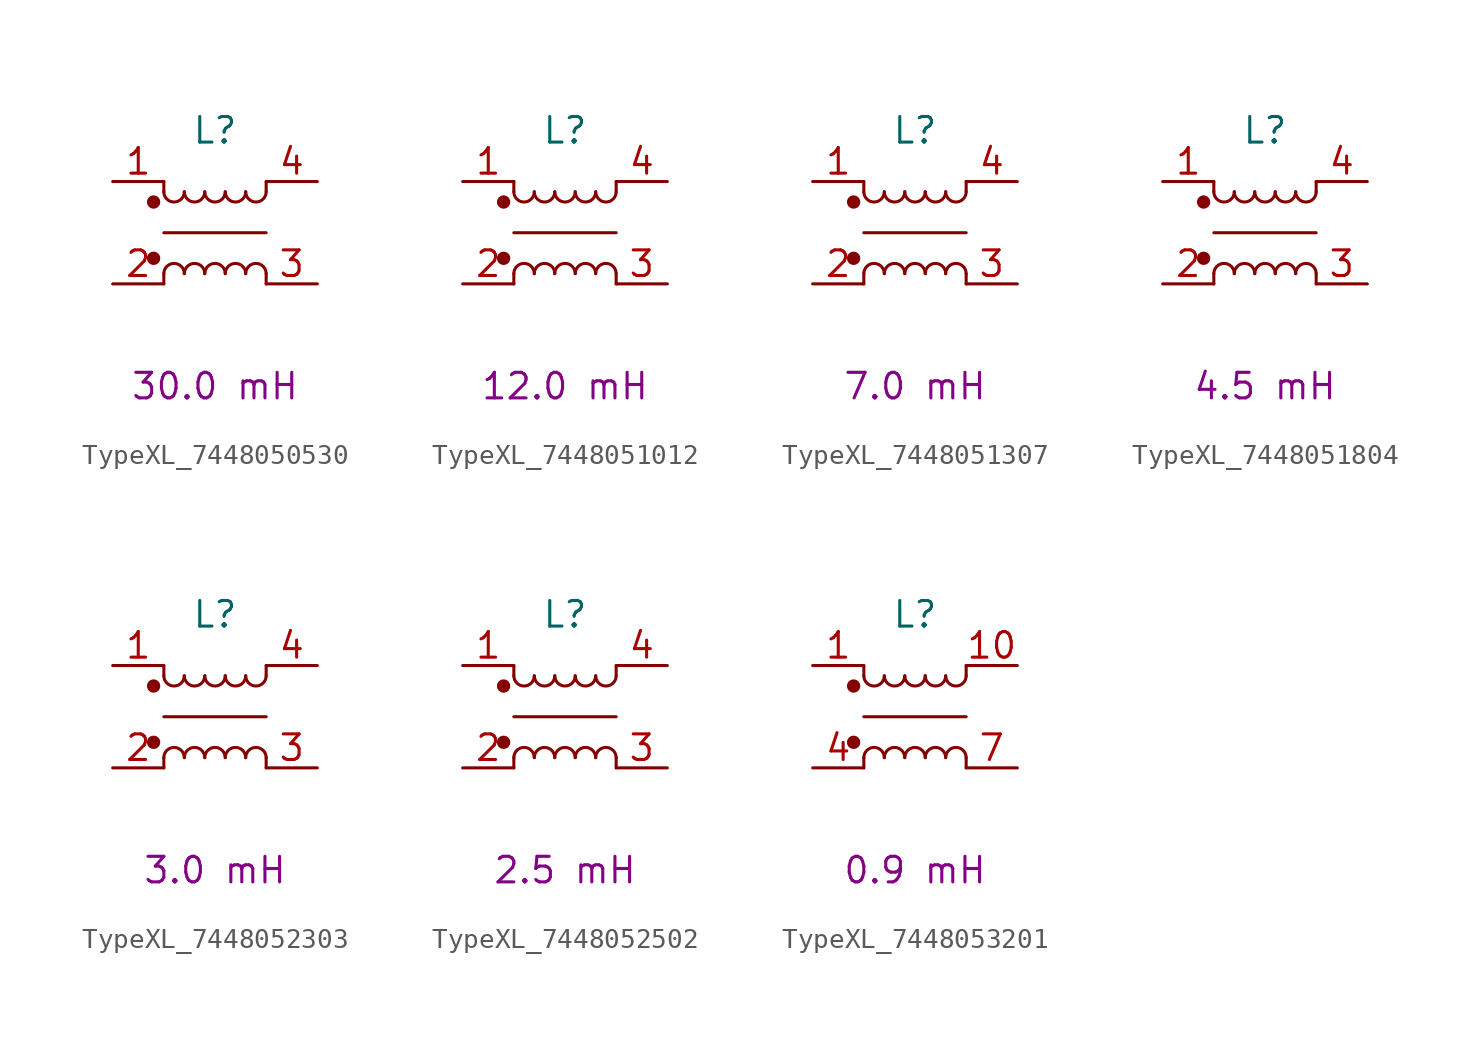
<source format=kicad_sym>
(kicad_symbol_lib
  (version 20220914)
  (generator kicad_symbol_editor)
  (symbol "TypeXL_7448050530"
    (pin_names hide)
    (property "Reference" "L"
      (at 0 5.08 0)
      (effects (font (size 1.27 1.27))))
    (property "Critical Parameter" "30.0 mH"
      (at 0 -7.62 0)
      (effects (font (size 1.27 1.27))))
    (symbol "TypeXL_7448050530_0_1"
      (circle (center -3.048 -1.27) (radius 0.254) (stroke (width 0) (type default)) (fill (type outline)))
      (circle (center -3.048 1.524) (radius 0.254) (stroke (width 0) (type default)) (fill (type outline)))
      (arc (start -2.54 2.032) (mid -2.032 1.5262) (end -1.524 2.032) (stroke (width 0) (type default)) (fill (type none)))
      (arc (start -1.524 -2.032) (mid -2.032 -1.5262) (end -2.54 -2.032) (stroke (width 0) (type default)) (fill (type none)))
      (arc (start -1.524 2.032) (mid -1.016 1.5262) (end -0.508 2.032) (stroke (width 0) (type default)) (fill (type none)))
      (arc (start -0.508 -2.032) (mid -1.016 -1.5262) (end -1.524 -2.032) (stroke (width 0) (type default)) (fill (type none)))
      (arc (start -0.508 2.032) (mid 0 1.5262) (end 0.508 2.032) (stroke (width 0) (type default)) (fill (type none)))
      (polyline (pts (xy -2.54 -2.032) (xy -2.54 -2.54)) (stroke (width 0) (type default)) (fill (type none)))
      (polyline (pts (xy -2.54 2.032) (xy -2.54 2.54)) (stroke (width 0) (type default)) (fill (type none)))
      (polyline (pts (xy 2.54 -2.032) (xy 2.54 -2.54)) (stroke (width 0) (type default)) (fill (type none)))
      (polyline (pts (xy 2.54 0) (xy -2.54 0)) (stroke (width 0) (type default)) (fill (type none)))
      (polyline (pts (xy 2.54 2.54) (xy 2.54 2.032)) (stroke (width 0) (type default)) (fill (type none)))
      (arc (start 0.508 -2.032) (mid 0 -1.5262) (end -0.508 -2.032) (stroke (width 0) (type default)) (fill (type none)))
      (arc (start 0.508 2.032) (mid 1.016 1.5262) (end 1.524 2.032) (stroke (width 0) (type default)) (fill (type none)))
      (arc (start 1.524 -2.032) (mid 1.016 -1.5262) (end 0.508 -2.032) (stroke (width 0) (type default)) (fill (type none)))
      (arc (start 1.524 2.032) (mid 2.032 1.5262) (end 2.54 2.032) (stroke (width 0) (type default)) (fill (type none)))
      (arc (start 2.54 -2.032) (mid 2.032 -1.5262) (end 1.524 -2.032) (stroke (width 0) (type default)) (fill (type none))))
    (symbol "TypeXL_7448050530_1_1"
      (pin passive line (at -5.08 2.54 0) (length 2.54) (name "1" (effects (font (size 1.27 1.27)))) (number "1" (effects (font (size 1.27 1.27)))))
      (pin passive line (at -5.08 -2.54 0) (length 2.54) (name "2" (effects (font (size 1.27 1.27)))) (number "2" (effects (font (size 1.27 1.27)))))
      (pin passive line (at 5.08 -2.54 180) (length 2.54) (name "3" (effects (font (size 1.27 1.27)))) (number "3" (effects (font (size 1.27 1.27)))))
      (pin passive line (at 5.08 2.54 180) (length 2.54) (name "4" (effects (font (size 1.27 1.27)))) (number "4" (effects (font (size 1.27 1.27)))))))
  (symbol "TypeXL_7448051012"
    (pin_names hide)
    (property "Reference" "L"
      (at 0 5.08 0)
      (effects (font (size 1.27 1.27))))
    (property "Critical Parameter" "12.0 mH"
      (at 0 -7.62 0)
      (effects (font (size 1.27 1.27))))
    (symbol "TypeXL_7448051012_0_1"
      (circle (center -3.048 -1.27) (radius 0.254) (stroke (width 0) (type default)) (fill (type outline)))
      (circle (center -3.048 1.524) (radius 0.254) (stroke (width 0) (type default)) (fill (type outline)))
      (arc (start -2.54 2.032) (mid -2.032 1.5262) (end -1.524 2.032) (stroke (width 0) (type default)) (fill (type none)))
      (arc (start -1.524 -2.032) (mid -2.032 -1.5262) (end -2.54 -2.032) (stroke (width 0) (type default)) (fill (type none)))
      (arc (start -1.524 2.032) (mid -1.016 1.5262) (end -0.508 2.032) (stroke (width 0) (type default)) (fill (type none)))
      (arc (start -0.508 -2.032) (mid -1.016 -1.5262) (end -1.524 -2.032) (stroke (width 0) (type default)) (fill (type none)))
      (arc (start -0.508 2.032) (mid 0 1.5262) (end 0.508 2.032) (stroke (width 0) (type default)) (fill (type none)))
      (polyline (pts (xy -2.54 -2.032) (xy -2.54 -2.54)) (stroke (width 0) (type default)) (fill (type none)))
      (polyline (pts (xy -2.54 2.032) (xy -2.54 2.54)) (stroke (width 0) (type default)) (fill (type none)))
      (polyline (pts (xy 2.54 -2.032) (xy 2.54 -2.54)) (stroke (width 0) (type default)) (fill (type none)))
      (polyline (pts (xy 2.54 0) (xy -2.54 0)) (stroke (width 0) (type default)) (fill (type none)))
      (polyline (pts (xy 2.54 2.54) (xy 2.54 2.032)) (stroke (width 0) (type default)) (fill (type none)))
      (arc (start 0.508 -2.032) (mid 0 -1.5262) (end -0.508 -2.032) (stroke (width 0) (type default)) (fill (type none)))
      (arc (start 0.508 2.032) (mid 1.016 1.5262) (end 1.524 2.032) (stroke (width 0) (type default)) (fill (type none)))
      (arc (start 1.524 -2.032) (mid 1.016 -1.5262) (end 0.508 -2.032) (stroke (width 0) (type default)) (fill (type none)))
      (arc (start 1.524 2.032) (mid 2.032 1.5262) (end 2.54 2.032) (stroke (width 0) (type default)) (fill (type none)))
      (arc (start 2.54 -2.032) (mid 2.032 -1.5262) (end 1.524 -2.032) (stroke (width 0) (type default)) (fill (type none))))
    (symbol "TypeXL_7448051012_1_1"
      (pin passive line (at -5.08 2.54 0) (length 2.54) (name "1" (effects (font (size 1.27 1.27)))) (number "1" (effects (font (size 1.27 1.27)))))
      (pin passive line (at -5.08 -2.54 0) (length 2.54) (name "2" (effects (font (size 1.27 1.27)))) (number "2" (effects (font (size 1.27 1.27)))))
      (pin passive line (at 5.08 -2.54 180) (length 2.54) (name "3" (effects (font (size 1.27 1.27)))) (number "3" (effects (font (size 1.27 1.27)))))
      (pin passive line (at 5.08 2.54 180) (length 2.54) (name "4" (effects (font (size 1.27 1.27)))) (number "4" (effects (font (size 1.27 1.27)))))))
  (symbol "TypeXL_7448051307"
    (pin_names hide)
    (property "Reference" "L"
      (at 0 5.08 0)
      (effects (font (size 1.27 1.27))))
    (property "Critical Parameter" "7.0 mH"
      (at 0 -7.62 0)
      (effects (font (size 1.27 1.27))))
    (symbol "TypeXL_7448051307_0_1"
      (circle (center -3.048 -1.27) (radius 0.254) (stroke (width 0) (type default)) (fill (type outline)))
      (circle (center -3.048 1.524) (radius 0.254) (stroke (width 0) (type default)) (fill (type outline)))
      (arc (start -2.54 2.032) (mid -2.032 1.5262) (end -1.524 2.032) (stroke (width 0) (type default)) (fill (type none)))
      (arc (start -1.524 -2.032) (mid -2.032 -1.5262) (end -2.54 -2.032) (stroke (width 0) (type default)) (fill (type none)))
      (arc (start -1.524 2.032) (mid -1.016 1.5262) (end -0.508 2.032) (stroke (width 0) (type default)) (fill (type none)))
      (arc (start -0.508 -2.032) (mid -1.016 -1.5262) (end -1.524 -2.032) (stroke (width 0) (type default)) (fill (type none)))
      (arc (start -0.508 2.032) (mid 0 1.5262) (end 0.508 2.032) (stroke (width 0) (type default)) (fill (type none)))
      (polyline (pts (xy -2.54 -2.032) (xy -2.54 -2.54)) (stroke (width 0) (type default)) (fill (type none)))
      (polyline (pts (xy -2.54 2.032) (xy -2.54 2.54)) (stroke (width 0) (type default)) (fill (type none)))
      (polyline (pts (xy 2.54 -2.032) (xy 2.54 -2.54)) (stroke (width 0) (type default)) (fill (type none)))
      (polyline (pts (xy 2.54 0) (xy -2.54 0)) (stroke (width 0) (type default)) (fill (type none)))
      (polyline (pts (xy 2.54 2.54) (xy 2.54 2.032)) (stroke (width 0) (type default)) (fill (type none)))
      (arc (start 0.508 -2.032) (mid 0 -1.5262) (end -0.508 -2.032) (stroke (width 0) (type default)) (fill (type none)))
      (arc (start 0.508 2.032) (mid 1.016 1.5262) (end 1.524 2.032) (stroke (width 0) (type default)) (fill (type none)))
      (arc (start 1.524 -2.032) (mid 1.016 -1.5262) (end 0.508 -2.032) (stroke (width 0) (type default)) (fill (type none)))
      (arc (start 1.524 2.032) (mid 2.032 1.5262) (end 2.54 2.032) (stroke (width 0) (type default)) (fill (type none)))
      (arc (start 2.54 -2.032) (mid 2.032 -1.5262) (end 1.524 -2.032) (stroke (width 0) (type default)) (fill (type none))))
    (symbol "TypeXL_7448051307_1_1"
      (pin passive line (at -5.08 2.54 0) (length 2.54) (name "1" (effects (font (size 1.27 1.27)))) (number "1" (effects (font (size 1.27 1.27)))))
      (pin passive line (at -5.08 -2.54 0) (length 2.54) (name "2" (effects (font (size 1.27 1.27)))) (number "2" (effects (font (size 1.27 1.27)))))
      (pin passive line (at 5.08 -2.54 180) (length 2.54) (name "3" (effects (font (size 1.27 1.27)))) (number "3" (effects (font (size 1.27 1.27)))))
      (pin passive line (at 5.08 2.54 180) (length 2.54) (name "4" (effects (font (size 1.27 1.27)))) (number "4" (effects (font (size 1.27 1.27)))))))
  (symbol "TypeXL_7448051804"
    (pin_names hide)
    (property "Reference" "L"
      (at 0 5.08 0)
      (effects (font (size 1.27 1.27))))
    (property "Critical Parameter" "4.5 mH"
      (at 0 -7.62 0)
      (effects (font (size 1.27 1.27))))
    (symbol "TypeXL_7448051804_0_1"
      (circle (center -3.048 -1.27) (radius 0.254) (stroke (width 0) (type default)) (fill (type outline)))
      (circle (center -3.048 1.524) (radius 0.254) (stroke (width 0) (type default)) (fill (type outline)))
      (arc (start -2.54 2.032) (mid -2.032 1.5262) (end -1.524 2.032) (stroke (width 0) (type default)) (fill (type none)))
      (arc (start -1.524 -2.032) (mid -2.032 -1.5262) (end -2.54 -2.032) (stroke (width 0) (type default)) (fill (type none)))
      (arc (start -1.524 2.032) (mid -1.016 1.5262) (end -0.508 2.032) (stroke (width 0) (type default)) (fill (type none)))
      (arc (start -0.508 -2.032) (mid -1.016 -1.5262) (end -1.524 -2.032) (stroke (width 0) (type default)) (fill (type none)))
      (arc (start -0.508 2.032) (mid 0 1.5262) (end 0.508 2.032) (stroke (width 0) (type default)) (fill (type none)))
      (polyline (pts (xy -2.54 -2.032) (xy -2.54 -2.54)) (stroke (width 0) (type default)) (fill (type none)))
      (polyline (pts (xy -2.54 2.032) (xy -2.54 2.54)) (stroke (width 0) (type default)) (fill (type none)))
      (polyline (pts (xy 2.54 -2.032) (xy 2.54 -2.54)) (stroke (width 0) (type default)) (fill (type none)))
      (polyline (pts (xy 2.54 0) (xy -2.54 0)) (stroke (width 0) (type default)) (fill (type none)))
      (polyline (pts (xy 2.54 2.54) (xy 2.54 2.032)) (stroke (width 0) (type default)) (fill (type none)))
      (arc (start 0.508 -2.032) (mid 0 -1.5262) (end -0.508 -2.032) (stroke (width 0) (type default)) (fill (type none)))
      (arc (start 0.508 2.032) (mid 1.016 1.5262) (end 1.524 2.032) (stroke (width 0) (type default)) (fill (type none)))
      (arc (start 1.524 -2.032) (mid 1.016 -1.5262) (end 0.508 -2.032) (stroke (width 0) (type default)) (fill (type none)))
      (arc (start 1.524 2.032) (mid 2.032 1.5262) (end 2.54 2.032) (stroke (width 0) (type default)) (fill (type none)))
      (arc (start 2.54 -2.032) (mid 2.032 -1.5262) (end 1.524 -2.032) (stroke (width 0) (type default)) (fill (type none))))
    (symbol "TypeXL_7448051804_1_1"
      (pin passive line (at -5.08 2.54 0) (length 2.54) (name "1" (effects (font (size 1.27 1.27)))) (number "1" (effects (font (size 1.27 1.27)))))
      (pin passive line (at -5.08 -2.54 0) (length 2.54) (name "2" (effects (font (size 1.27 1.27)))) (number "2" (effects (font (size 1.27 1.27)))))
      (pin passive line (at 5.08 -2.54 180) (length 2.54) (name "3" (effects (font (size 1.27 1.27)))) (number "3" (effects (font (size 1.27 1.27)))))
      (pin passive line (at 5.08 2.54 180) (length 2.54) (name "4" (effects (font (size 1.27 1.27)))) (number "4" (effects (font (size 1.27 1.27)))))))
  (symbol "TypeXL_7448052303"
    (pin_names hide)
    (property "Reference" "L"
      (at 0 5.08 0)
      (effects (font (size 1.27 1.27))))
    (property "Critical Parameter" "3.0 mH"
      (at 0 -7.62 0)
      (effects (font (size 1.27 1.27))))
    (symbol "TypeXL_7448052303_0_1"
      (circle (center -3.048 -1.27) (radius 0.254) (stroke (width 0) (type default)) (fill (type outline)))
      (circle (center -3.048 1.524) (radius 0.254) (stroke (width 0) (type default)) (fill (type outline)))
      (arc (start -2.54 2.032) (mid -2.032 1.5262) (end -1.524 2.032) (stroke (width 0) (type default)) (fill (type none)))
      (arc (start -1.524 -2.032) (mid -2.032 -1.5262) (end -2.54 -2.032) (stroke (width 0) (type default)) (fill (type none)))
      (arc (start -1.524 2.032) (mid -1.016 1.5262) (end -0.508 2.032) (stroke (width 0) (type default)) (fill (type none)))
      (arc (start -0.508 -2.032) (mid -1.016 -1.5262) (end -1.524 -2.032) (stroke (width 0) (type default)) (fill (type none)))
      (arc (start -0.508 2.032) (mid 0 1.5262) (end 0.508 2.032) (stroke (width 0) (type default)) (fill (type none)))
      (polyline (pts (xy -2.54 -2.032) (xy -2.54 -2.54)) (stroke (width 0) (type default)) (fill (type none)))
      (polyline (pts (xy -2.54 2.032) (xy -2.54 2.54)) (stroke (width 0) (type default)) (fill (type none)))
      (polyline (pts (xy 2.54 -2.032) (xy 2.54 -2.54)) (stroke (width 0) (type default)) (fill (type none)))
      (polyline (pts (xy 2.54 0) (xy -2.54 0)) (stroke (width 0) (type default)) (fill (type none)))
      (polyline (pts (xy 2.54 2.54) (xy 2.54 2.032)) (stroke (width 0) (type default)) (fill (type none)))
      (arc (start 0.508 -2.032) (mid 0 -1.5262) (end -0.508 -2.032) (stroke (width 0) (type default)) (fill (type none)))
      (arc (start 0.508 2.032) (mid 1.016 1.5262) (end 1.524 2.032) (stroke (width 0) (type default)) (fill (type none)))
      (arc (start 1.524 -2.032) (mid 1.016 -1.5262) (end 0.508 -2.032) (stroke (width 0) (type default)) (fill (type none)))
      (arc (start 1.524 2.032) (mid 2.032 1.5262) (end 2.54 2.032) (stroke (width 0) (type default)) (fill (type none)))
      (arc (start 2.54 -2.032) (mid 2.032 -1.5262) (end 1.524 -2.032) (stroke (width 0) (type default)) (fill (type none))))
    (symbol "TypeXL_7448052303_1_1"
      (pin passive line (at -5.08 2.54 0) (length 2.54) (name "1" (effects (font (size 1.27 1.27)))) (number "1" (effects (font (size 1.27 1.27)))))
      (pin passive line (at -5.08 -2.54 0) (length 2.54) (name "2" (effects (font (size 1.27 1.27)))) (number "2" (effects (font (size 1.27 1.27)))))
      (pin passive line (at 5.08 -2.54 180) (length 2.54) (name "3" (effects (font (size 1.27 1.27)))) (number "3" (effects (font (size 1.27 1.27)))))
      (pin passive line (at 5.08 2.54 180) (length 2.54) (name "4" (effects (font (size 1.27 1.27)))) (number "4" (effects (font (size 1.27 1.27)))))))
  (symbol "TypeXL_7448052502"
    (pin_names hide)
    (property "Reference" "L"
      (at 0 5.08 0)
      (effects (font (size 1.27 1.27))))
    (property "Critical Parameter" "2.5 mH"
      (at 0 -7.62 0)
      (effects (font (size 1.27 1.27))))
    (symbol "TypeXL_7448052502_0_1"
      (circle (center -3.048 -1.27) (radius 0.254) (stroke (width 0) (type default)) (fill (type outline)))
      (circle (center -3.048 1.524) (radius 0.254) (stroke (width 0) (type default)) (fill (type outline)))
      (arc (start -2.54 2.032) (mid -2.032 1.5262) (end -1.524 2.032) (stroke (width 0) (type default)) (fill (type none)))
      (arc (start -1.524 -2.032) (mid -2.032 -1.5262) (end -2.54 -2.032) (stroke (width 0) (type default)) (fill (type none)))
      (arc (start -1.524 2.032) (mid -1.016 1.5262) (end -0.508 2.032) (stroke (width 0) (type default)) (fill (type none)))
      (arc (start -0.508 -2.032) (mid -1.016 -1.5262) (end -1.524 -2.032) (stroke (width 0) (type default)) (fill (type none)))
      (arc (start -0.508 2.032) (mid 0 1.5262) (end 0.508 2.032) (stroke (width 0) (type default)) (fill (type none)))
      (polyline (pts (xy -2.54 -2.032) (xy -2.54 -2.54)) (stroke (width 0) (type default)) (fill (type none)))
      (polyline (pts (xy -2.54 2.032) (xy -2.54 2.54)) (stroke (width 0) (type default)) (fill (type none)))
      (polyline (pts (xy 2.54 -2.032) (xy 2.54 -2.54)) (stroke (width 0) (type default)) (fill (type none)))
      (polyline (pts (xy 2.54 0) (xy -2.54 0)) (stroke (width 0) (type default)) (fill (type none)))
      (polyline (pts (xy 2.54 2.54) (xy 2.54 2.032)) (stroke (width 0) (type default)) (fill (type none)))
      (arc (start 0.508 -2.032) (mid 0 -1.5262) (end -0.508 -2.032) (stroke (width 0) (type default)) (fill (type none)))
      (arc (start 0.508 2.032) (mid 1.016 1.5262) (end 1.524 2.032) (stroke (width 0) (type default)) (fill (type none)))
      (arc (start 1.524 -2.032) (mid 1.016 -1.5262) (end 0.508 -2.032) (stroke (width 0) (type default)) (fill (type none)))
      (arc (start 1.524 2.032) (mid 2.032 1.5262) (end 2.54 2.032) (stroke (width 0) (type default)) (fill (type none)))
      (arc (start 2.54 -2.032) (mid 2.032 -1.5262) (end 1.524 -2.032) (stroke (width 0) (type default)) (fill (type none))))
    (symbol "TypeXL_7448052502_1_1"
      (pin passive line (at -5.08 2.54 0) (length 2.54) (name "1" (effects (font (size 1.27 1.27)))) (number "1" (effects (font (size 1.27 1.27)))))
      (pin passive line (at -5.08 -2.54 0) (length 2.54) (name "2" (effects (font (size 1.27 1.27)))) (number "2" (effects (font (size 1.27 1.27)))))
      (pin passive line (at 5.08 -2.54 180) (length 2.54) (name "3" (effects (font (size 1.27 1.27)))) (number "3" (effects (font (size 1.27 1.27)))))
      (pin passive line (at 5.08 2.54 180) (length 2.54) (name "4" (effects (font (size 1.27 1.27)))) (number "4" (effects (font (size 1.27 1.27)))))))
  (symbol "TypeXL_7448053201"
    (pin_names hide)
    (property "Reference" "L"
      (at 0 5.08 0)
      (effects (font (size 1.27 1.27))))
    (property "Critical Parameter" "0.9 mH"
      (at 0 -7.62 0)
      (effects (font (size 1.27 1.27))))
    (symbol "TypeXL_7448053201_0_1"
      (circle (center -3.048 -1.27) (radius 0.254) (stroke (width 0) (type default)) (fill (type outline)))
      (circle (center -3.048 1.524) (radius 0.254) (stroke (width 0) (type default)) (fill (type outline)))
      (arc (start -2.54 2.032) (mid -2.032 1.5262) (end -1.524 2.032) (stroke (width 0) (type default)) (fill (type none)))
      (arc (start -1.524 -2.032) (mid -2.032 -1.5262) (end -2.54 -2.032) (stroke (width 0) (type default)) (fill (type none)))
      (arc (start -1.524 2.032) (mid -1.016 1.5262) (end -0.508 2.032) (stroke (width 0) (type default)) (fill (type none)))
      (arc (start -0.508 -2.032) (mid -1.016 -1.5262) (end -1.524 -2.032) (stroke (width 0) (type default)) (fill (type none)))
      (arc (start -0.508 2.032) (mid 0 1.5262) (end 0.508 2.032) (stroke (width 0) (type default)) (fill (type none)))
      (polyline (pts (xy -2.54 -2.032) (xy -2.54 -2.54)) (stroke (width 0) (type default)) (fill (type none)))
      (polyline (pts (xy -2.54 2.032) (xy -2.54 2.54)) (stroke (width 0) (type default)) (fill (type none)))
      (polyline (pts (xy 2.54 -2.032) (xy 2.54 -2.54)) (stroke (width 0) (type default)) (fill (type none)))
      (polyline (pts (xy 2.54 0) (xy -2.54 0)) (stroke (width 0) (type default)) (fill (type none)))
      (polyline (pts (xy 2.54 2.54) (xy 2.54 2.032)) (stroke (width 0) (type default)) (fill (type none)))
      (arc (start 0.508 -2.032) (mid 0 -1.5262) (end -0.508 -2.032) (stroke (width 0) (type default)) (fill (type none)))
      (arc (start 0.508 2.032) (mid 1.016 1.5262) (end 1.524 2.032) (stroke (width 0) (type default)) (fill (type none)))
      (arc (start 1.524 -2.032) (mid 1.016 -1.5262) (end 0.508 -2.032) (stroke (width 0) (type default)) (fill (type none)))
      (arc (start 1.524 2.032) (mid 2.032 1.5262) (end 2.54 2.032) (stroke (width 0) (type default)) (fill (type none)))
      (arc (start 2.54 -2.032) (mid 2.032 -1.5262) (end 1.524 -2.032) (stroke (width 0) (type default)) (fill (type none))))
    (symbol "TypeXL_7448053201_1_1"
      (pin passive line (at -5.08 2.54 0) (length 2.54) (name "1" (effects (font (size 1.27 1.27)))) (number "1" (effects (font (size 1.27 1.27)))))
      (pin passive line (at 5.08 2.54 180) (length 2.54) (name "10" (effects (font (size 1.27 1.27)))) (number "10" (effects (font (size 1.27 1.27)))))
      (pin passive line (at 5.08 2.54 180) (length 2.54) hide (name "11" (effects (font (size 1.27 1.27)))) (number "11" (effects (font (size 1.27 1.27)))))
      (pin passive line (at 5.08 2.54 180) (length 2.54) hide (name "12" (effects (font (size 1.27 1.27)))) (number "12" (effects (font (size 1.27 1.27)))))
      (pin passive line (at -5.08 2.54 0) (length 2.54) hide (name "2" (effects (font (size 1.27 1.27)))) (number "2" (effects (font (size 1.27 1.27)))))
      (pin passive line (at -5.08 2.54 0) (length 2.54) hide (name "3" (effects (font (size 1.27 1.27)))) (number "3" (effects (font (size 1.27 1.27)))))
      (pin passive line (at -5.08 -2.54 0) (length 2.54) (name "4" (effects (font (size 1.27 1.27)))) (number "4" (effects (font (size 1.27 1.27)))))
      (pin passive line (at -5.08 -2.54 0) (length 2.54) hide (name "5" (effects (font (size 1.27 1.27)))) (number "5" (effects (font (size 1.27 1.27)))))
      (pin passive line (at -5.08 -2.54 0) (length 2.54) hide (name "6" (effects (font (size 1.27 1.27)))) (number "6" (effects (font (size 1.27 1.27)))))
      (pin passive line (at 5.08 -2.54 180) (length 2.54) (name "7" (effects (font (size 1.27 1.27)))) (number "7" (effects (font (size 1.27 1.27)))))
      (pin passive line (at 5.08 -2.54 180) (length 2.54) hide (name "8" (effects (font (size 1.27 1.27)))) (number "8" (effects (font (size 1.27 1.27)))))
      (pin passive line (at 5.08 -2.54 180) (length 2.54) hide (name "9" (effects (font (size 1.27 1.27)))) (number "9" (effects (font (size 1.27 1.27))))))))
</source>
